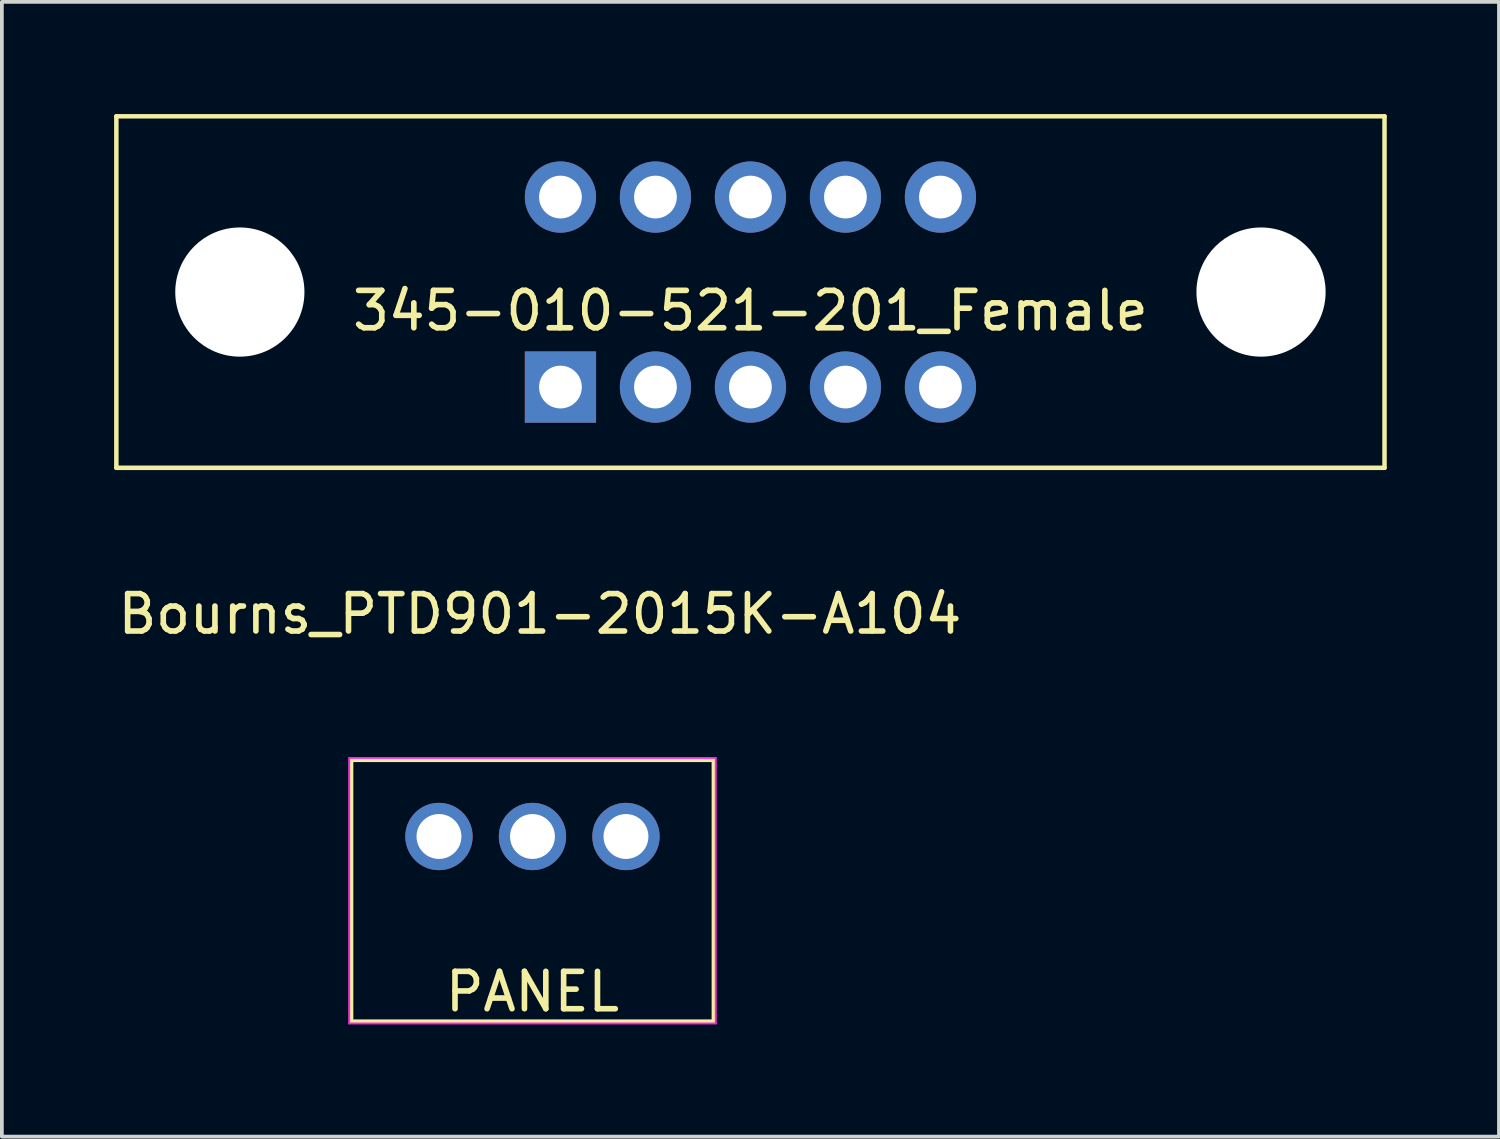
<source format=kicad_pcb>
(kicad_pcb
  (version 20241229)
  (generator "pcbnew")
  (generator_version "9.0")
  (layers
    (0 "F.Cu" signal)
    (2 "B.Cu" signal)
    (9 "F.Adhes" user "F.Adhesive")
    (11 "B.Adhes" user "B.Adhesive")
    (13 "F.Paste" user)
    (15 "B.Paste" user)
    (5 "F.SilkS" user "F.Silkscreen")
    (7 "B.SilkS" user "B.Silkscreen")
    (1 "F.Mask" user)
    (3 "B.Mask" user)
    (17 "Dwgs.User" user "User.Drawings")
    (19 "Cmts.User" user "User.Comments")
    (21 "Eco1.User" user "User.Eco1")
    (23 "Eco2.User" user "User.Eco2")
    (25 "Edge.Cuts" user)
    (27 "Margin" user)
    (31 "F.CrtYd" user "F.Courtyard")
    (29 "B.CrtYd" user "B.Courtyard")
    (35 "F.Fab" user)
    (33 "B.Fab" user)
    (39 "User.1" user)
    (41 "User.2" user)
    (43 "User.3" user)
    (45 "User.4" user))
  (footprint "345-010-521-201_Female"
    (layer "F.Cu")
    (at 17.015 4.759)
    (property "Reference" "345-010-521-201_Female" (at 0 0.5 0) (layer "F.SilkS") (effects (font (size 1 1) (thickness 0.15))))
    (attr through_hole)
    (fp_line (start -16.954 -4.699) (end 16.954 -4.699) (stroke (width 0.12) (type solid)) (layer "F.SilkS"))
    (fp_line (start -16.954 4.699) (end -16.954 -4.699) (stroke (width 0.12) (type solid)) (layer "F.SilkS"))
    (fp_line (start 16.954 -4.699) (end 16.954 4.699) (stroke (width 0.12) (type solid)) (layer "F.SilkS"))
    (fp_line (start 16.954 4.699) (end -16.954 4.699) (stroke (width 0.12) (type solid)) (layer "F.SilkS"))
    (pad "" np_thru_hole circle (at -13.652 0) (size 3.454 3.454) (drill 3.454) (layers "*.Cu" "*.Mask"))
    (pad "" np_thru_hole circle (at 13.652 0) (size 3.454 3.454) (drill 3.454) (layers "*.Cu" "*.Mask"))
    (pad "1" thru_hole rect (at -5.08 2.54) (size 1.905 1.905) (drill 1.143) (layers "*.Cu" "*.Mask"))
    (pad "2" thru_hole circle (at -5.08 -2.54) (size 1.905 1.905) (drill 1.143) (layers "*.Cu" "*.Mask"))
    (pad "3" thru_hole circle (at -2.54 2.54) (size 1.905 1.905) (drill 1.143) (layers "*.Cu" "*.Mask"))
    (pad "4" thru_hole circle (at -2.54 -2.54) (size 1.905 1.905) (drill 1.143) (layers "*.Cu" "*.Mask"))
    (pad "5" thru_hole circle (at 0 2.54 90) (size 1.905 1.905) (drill 1.143) (layers "*.Cu" "*.Mask"))
    (pad "6" thru_hole circle (at 0 -2.54) (size 1.905 1.905) (drill 1.143) (layers "*.Cu" "*.Mask"))
    (pad "7" thru_hole circle (at 2.54 2.54) (size 1.905 1.905) (drill 1.143) (layers "*.Cu" "*.Mask"))
    (pad "8" thru_hole circle (at 2.54 -2.54) (size 1.905 1.905) (drill 1.143) (layers "*.Cu" "*.Mask"))
    (pad "9" thru_hole circle (at 5.08 2.54) (size 1.905 1.905) (drill 1.143) (layers "*.Cu" "*.Mask"))
    (pad "10" thru_hole circle (at 5.08 -2.54) (size 1.905 1.905) (drill 1.143) (layers "*.Cu" "*.Mask")))
  (footprint "Bourns_PTD901-2015K-A104"
    (layer "F.Cu")
    (at 11.187 19.316)
    (property "Reference" "Bourns_PTD901-2015K-A104" (at 0.2 -5.95 0) (layer "F.SilkS") (effects (font (size 1 1) (thickness 0.15))))
    (attr through_hole)
    (fp_line (start -4.85 -2.05) (end 4.85 -2.05) (stroke (width 0.12) (type solid)) (layer "F.SilkS"))
    (fp_line (start -4.85 4.95) (end -4.85 -2.05) (stroke (width 0.12) (type solid)) (layer "F.SilkS"))
    (fp_line (start 4.85 -2.05) (end 4.85 4.95) (stroke (width 0.12) (type solid)) (layer "F.SilkS"))
    (fp_line (start 4.85 4.95) (end -4.85 4.95) (stroke (width 0.12) (type solid)) (layer "F.SilkS"))
    (fp_line (start -4.9 -2.1) (end -4.9 5) (stroke (width 0.05) (type solid)) (layer "F.CrtYd"))
    (fp_line (start 4.9 -2.1) (end -4.9 -2.1) (stroke (width 0.05) (type solid)) (layer "F.CrtYd"))
    (fp_line (start 4.9 5) (end -4.9 5) (stroke (width 0.05) (type solid)) (layer "F.CrtYd"))
    (fp_line (start 4.9 5) (end 4.9 -2.1) (stroke (width 0.05) (type solid)) (layer "F.CrtYd"))
    (fp_text user "PANEL" (at 0 4.15 0) (layer "F.SilkS") (effects (font (size 1 1) (thickness 0.15))))
    (pad "1" thru_hole circle (at -2.5 0) (size 1.8 1.8) (drill 1.2) (layers "*.Cu" "*.Mask"))
    (pad "2" thru_hole circle (at 0 0) (size 1.8 1.8) (drill 1.2) (layers "*.Cu" "*.Mask"))
    (pad "3" thru_hole circle (at 2.5 0) (size 1.8 1.8) (drill 1.2) (layers "*.Cu" "*.Mask")))
  (gr_rect
    (start -3 -3)
    (end 37.029 27.341)
    (stroke (width 0.1) (type default))
    (fill no)
    (layer "Edge.Cuts")))
</source>
